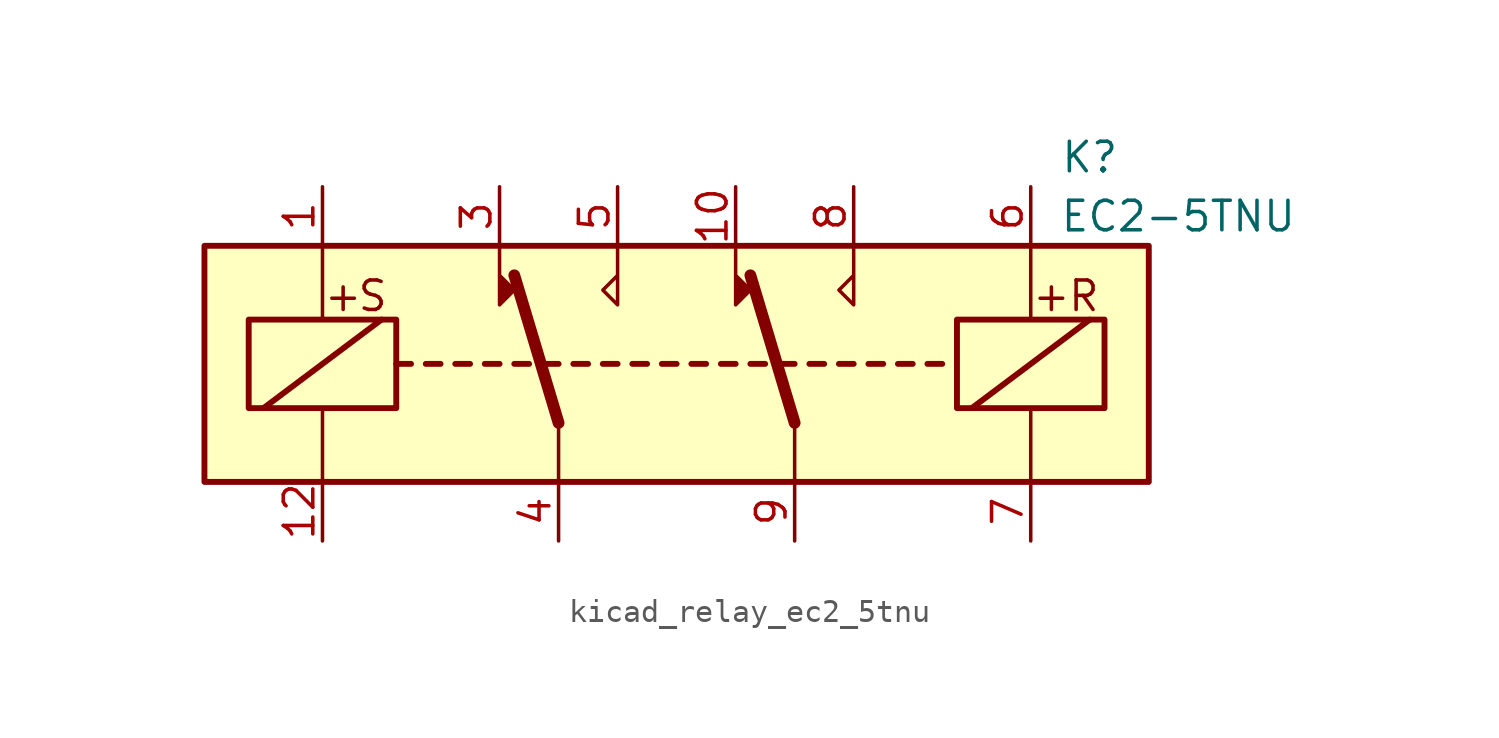
<source format=kicad_sym>
(kicad_symbol_lib
  (version 20220914)
  (generator kicad_symbol_editor)
  (symbol "kicad_relay_ec2_5tnu"
    (property "Reference" "K"
      (at 17.78 8.89 0)
      (effects (font (size 1.27 1.27))))
    (property "Value" "EC2-5TNU"
      (at 21.59 6.35 0)
      (effects (font (size 1.27 1.27))))
    (symbol "kicad_relay_ec2_5tnu_1_1"
      (rectangle (start -20.32 5.08) (end 20.32 -5.08) (stroke (width 0.254) (type default)) (fill (type background)))
      (rectangle (start -18.415 1.905) (end -12.065 -1.905) (stroke (width 0.254) (type default)) (fill (type none)))
      (polyline (pts (xy -17.78 -1.905) (xy -12.7 1.905)) (stroke (width 0.254) (type default)) (fill (type none)))
      (polyline (pts (xy -15.24 -5.08) (xy -15.24 -1.905)) (stroke (width 0) (type default)) (fill (type none)))
      (polyline (pts (xy -15.24 5.08) (xy -15.24 1.905)) (stroke (width 0) (type default)) (fill (type none)))
      (polyline (pts (xy -12.065 0) (xy -11.43 0)) (stroke (width 0.254) (type default)) (fill (type none)))
      (polyline (pts (xy -10.795 0) (xy -10.16 0)) (stroke (width 0.254) (type default)) (fill (type none)))
      (polyline (pts (xy -9.525 0) (xy -8.89 0)) (stroke (width 0.254) (type default)) (fill (type none)))
      (polyline (pts (xy -8.255 0) (xy -7.62 0)) (stroke (width 0.254) (type default)) (fill (type none)))
      (polyline (pts (xy -6.985 0) (xy -6.35 0)) (stroke (width 0.254) (type default)) (fill (type none)))
      (polyline (pts (xy -5.715 0) (xy -5.08 0)) (stroke (width 0.254) (type default)) (fill (type none)))
      (polyline (pts (xy -5.08 -2.54) (xy -6.985 3.81)) (stroke (width 0.508) (type default)) (fill (type none)))
      (polyline (pts (xy -5.08 -2.54) (xy -5.08 -5.08)) (stroke (width 0) (type default)) (fill (type none)))
      (polyline (pts (xy -4.445 0) (xy -3.81 0)) (stroke (width 0.254) (type default)) (fill (type none)))
      (polyline (pts (xy -3.175 0) (xy -2.54 0)) (stroke (width 0.254) (type default)) (fill (type none)))
      (polyline (pts (xy -1.905 0) (xy -1.27 0)) (stroke (width 0.254) (type default)) (fill (type none)))
      (polyline (pts (xy -0.635 0) (xy 0 0)) (stroke (width 0.254) (type default)) (fill (type none)))
      (polyline (pts (xy 0.635 0) (xy 1.27 0)) (stroke (width 0.254) (type default)) (fill (type none)))
      (polyline (pts (xy 1.905 0) (xy 2.54 0)) (stroke (width 0.254) (type default)) (fill (type none)))
      (polyline (pts (xy 3.175 0) (xy 3.81 0)) (stroke (width 0.254) (type default)) (fill (type none)))
      (polyline (pts (xy 4.445 0) (xy 5.08 0)) (stroke (width 0.254) (type default)) (fill (type none)))
      (polyline (pts (xy 5.08 -2.54) (xy 3.175 3.81)) (stroke (width 0.508) (type default)) (fill (type none)))
      (polyline (pts (xy 5.08 -2.54) (xy 5.08 -5.08)) (stroke (width 0) (type default)) (fill (type none)))
      (polyline (pts (xy 5.715 0) (xy 6.35 0)) (stroke (width 0.254) (type default)) (fill (type none)))
      (polyline (pts (xy 6.985 0) (xy 7.62 0)) (stroke (width 0.254) (type default)) (fill (type none)))
      (polyline (pts (xy 8.255 0) (xy 8.89 0)) (stroke (width 0.254) (type default)) (fill (type none)))
      (polyline (pts (xy 9.525 0) (xy 10.16 0)) (stroke (width 0.254) (type default)) (fill (type none)))
      (polyline (pts (xy 10.795 0) (xy 11.43 0)) (stroke (width 0.254) (type default)) (fill (type none)))
      (polyline (pts (xy 12.7 -1.905) (xy 17.78 1.905)) (stroke (width 0.254) (type default)) (fill (type none)))
      (polyline (pts (xy 15.24 -5.08) (xy 15.24 -1.905)) (stroke (width 0) (type default)) (fill (type none)))
      (polyline (pts (xy 15.24 5.08) (xy 15.24 1.905)) (stroke (width 0) (type default)) (fill (type none)))
      (polyline (pts (xy -7.62 5.08) (xy -7.62 2.54) (xy -6.985 3.175) (xy -7.62 3.81)) (stroke (width 0) (type default)) (fill (type outline)))
      (polyline (pts (xy -2.54 5.08) (xy -2.54 2.54) (xy -3.175 3.175) (xy -2.54 3.81)) (stroke (width 0) (type default)) (fill (type none)))
      (polyline (pts (xy 2.54 5.08) (xy 2.54 2.54) (xy 3.175 3.175) (xy 2.54 3.81)) (stroke (width 0) (type default)) (fill (type outline)))
      (polyline (pts (xy 7.62 5.08) (xy 7.62 2.54) (xy 6.985 3.175) (xy 7.62 3.81)) (stroke (width 0) (type default)) (fill (type none)))
      (rectangle (start 12.065 1.905) (end 18.415 -1.905) (stroke (width 0.254) (type default)) (fill (type none)))
      (text "+" (at -14.351 2.921 0) (effects (font (size 1.27 1.27))))
      (text "+" (at 16.129 2.921 0) (effects (font (size 1.27 1.27))))
      (text "R" (at 17.526 2.921 0) (effects (font (size 1.27 1.27))))
      (text "S" (at -13.081 2.921 0) (effects (font (size 1.27 1.27))))
      (pin passive line (at -15.24 7.62 270) (length 2.54) (name "~" (effects (font (size 1.27 1.27)))) (number "1" (effects (font (size 1.27 1.27)))))
      (pin passive line (at 2.54 7.62 270) (length 2.54) (name "~" (effects (font (size 1.27 1.27)))) (number "10" (effects (font (size 1.27 1.27)))))
      (pin passive line (at -15.24 -7.62 90) (length 2.54) (name "~" (effects (font (size 1.27 1.27)))) (number "12" (effects (font (size 1.27 1.27)))))
      (pin passive line (at -7.62 7.62 270) (length 2.54) (name "~" (effects (font (size 1.27 1.27)))) (number "3" (effects (font (size 1.27 1.27)))))
      (pin passive line (at -5.08 -7.62 90) (length 2.54) (name "~" (effects (font (size 1.27 1.27)))) (number "4" (effects (font (size 1.27 1.27)))))
      (pin passive line (at -2.54 7.62 270) (length 2.54) (name "~" (effects (font (size 1.27 1.27)))) (number "5" (effects (font (size 1.27 1.27)))))
      (pin passive line (at 15.24 7.62 270) (length 2.54) (name "~" (effects (font (size 1.27 1.27)))) (number "6" (effects (font (size 1.27 1.27)))))
      (pin passive line (at 15.24 -7.62 90) (length 2.54) (name "~" (effects (font (size 1.27 1.27)))) (number "7" (effects (font (size 1.27 1.27)))))
      (pin passive line (at 7.62 7.62 270) (length 2.54) (name "~" (effects (font (size 1.27 1.27)))) (number "8" (effects (font (size 1.27 1.27)))))
      (pin passive line (at 5.08 -7.62 90) (length 2.54) (name "~" (effects (font (size 1.27 1.27)))) (number "9" (effects (font (size 1.27 1.27))))))))
</source>
